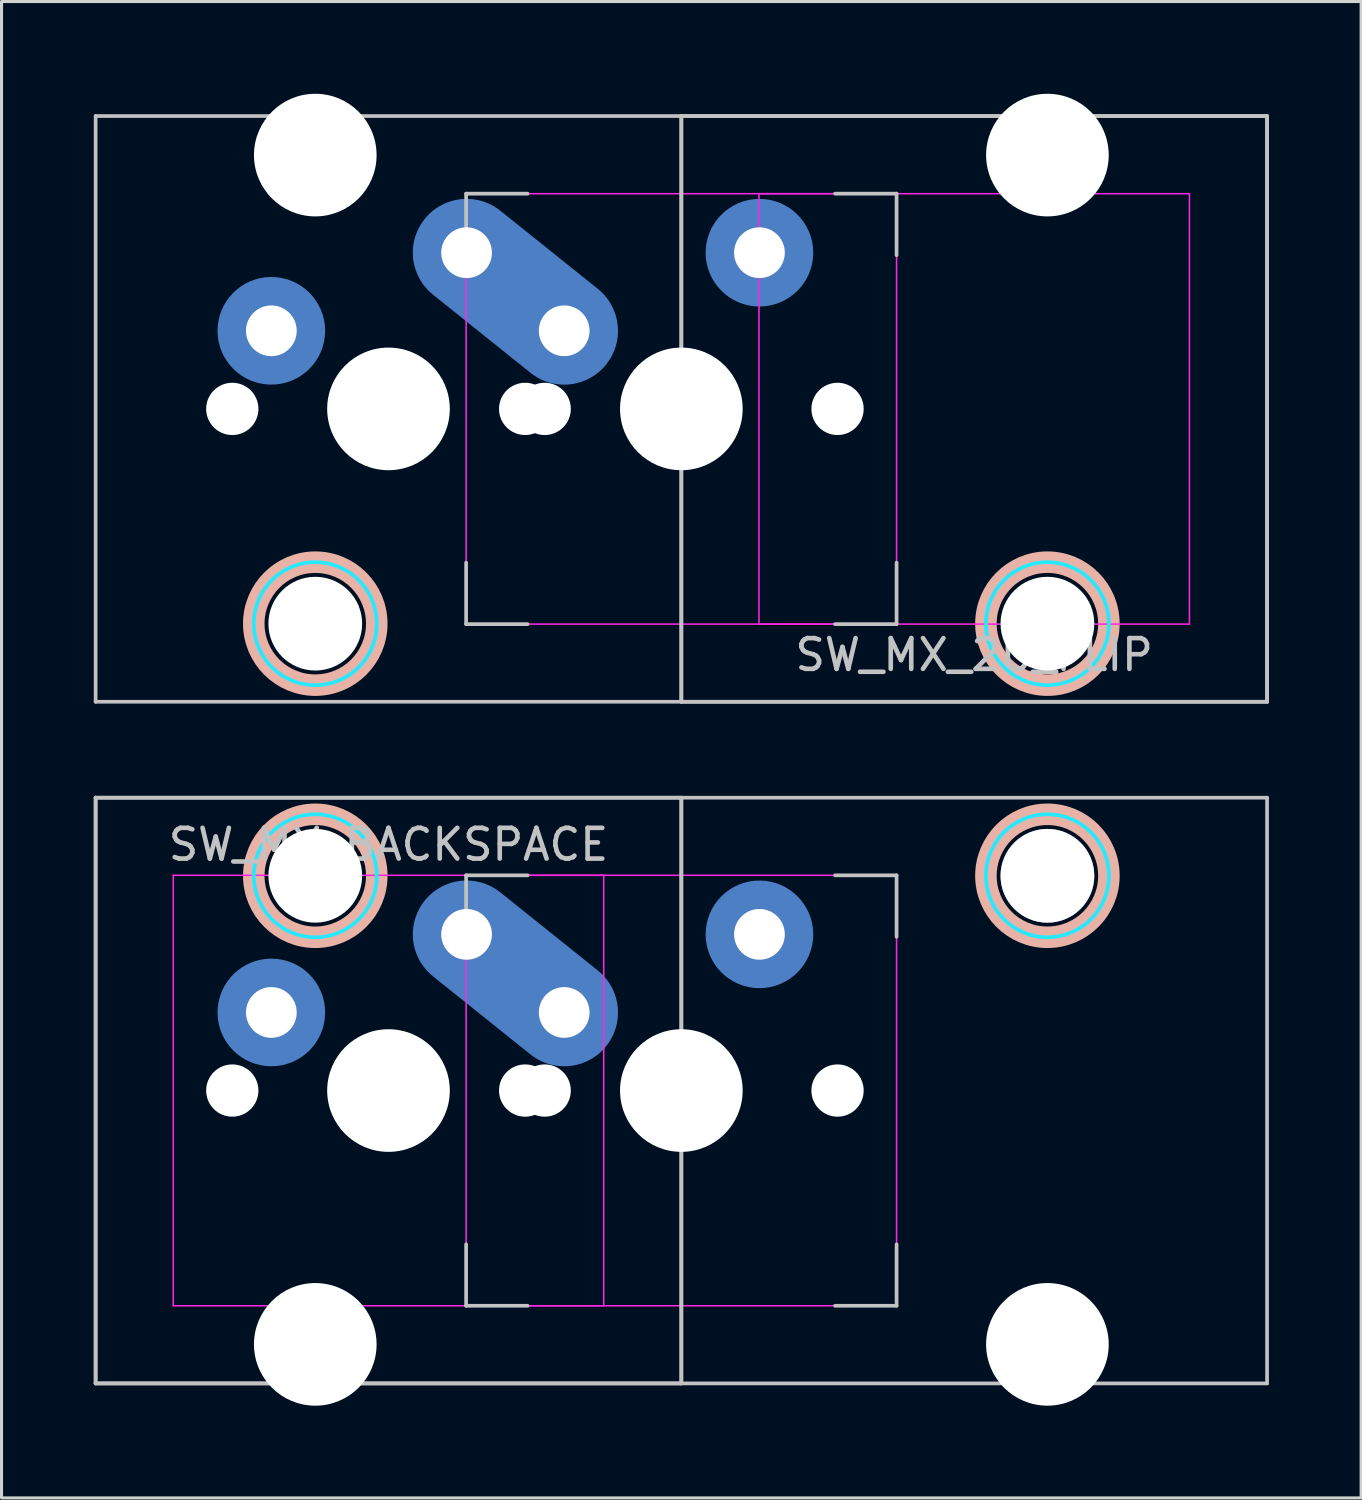
<source format=kicad_pcb>
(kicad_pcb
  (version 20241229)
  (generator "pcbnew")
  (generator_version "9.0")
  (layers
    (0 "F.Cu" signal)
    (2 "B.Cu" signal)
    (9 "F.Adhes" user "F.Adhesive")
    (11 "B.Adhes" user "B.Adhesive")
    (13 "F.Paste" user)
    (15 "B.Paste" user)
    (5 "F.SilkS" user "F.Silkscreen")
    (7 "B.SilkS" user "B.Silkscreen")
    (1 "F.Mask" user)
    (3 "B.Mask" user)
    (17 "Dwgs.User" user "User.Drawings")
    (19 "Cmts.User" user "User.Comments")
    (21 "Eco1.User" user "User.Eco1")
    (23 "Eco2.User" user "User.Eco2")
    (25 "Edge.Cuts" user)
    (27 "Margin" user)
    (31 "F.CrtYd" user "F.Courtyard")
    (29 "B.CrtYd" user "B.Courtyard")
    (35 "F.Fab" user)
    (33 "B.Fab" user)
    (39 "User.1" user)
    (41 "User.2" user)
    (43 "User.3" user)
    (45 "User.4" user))
  (footprint "SW_MX_BACKSPACE"
    (layer "F.Cu")
    (at 9.585 32.419)
    (property "Reference" "SW_MX_BACKSPACE" (at 0 -8 0) (layer "Dwgs.User") (effects (font (size 1 1) (thickness 0.15))))
    (attr through_hole exclude_from_pos_files exclude_from_bom)
    (fp_circle (center -2.381 -6.985) (end -0.381 -6.985) (stroke (width 0.7) (type solid)) (fill no) (layer "B.SilkS"))
    (fp_circle (center 21.431 -6.985) (end 23.431 -6.985) (stroke (width 0.7) (type solid)) (fill no) (layer "B.SilkS"))
    (fp_line (start -9.525 -9.525) (end -9.525 9.525) (stroke (width 0.12) (type solid)) (layer "Dwgs.User"))
    (fp_line (start -9.525 -9.525) (end -9.525 9.525) (stroke (width 0.12) (type solid)) (layer "Dwgs.User"))
    (fp_line (start -9.525 -9.525) (end 28.575 -9.525) (stroke (width 0.12) (type solid)) (layer "Dwgs.User"))
    (fp_line (start -9.525 9.525) (end 9.525 9.525) (stroke (width 0.12) (type solid)) (layer "Dwgs.User"))
    (fp_line (start -9.525 9.525) (end 28.575 9.525) (stroke (width 0.12) (type solid)) (layer "Dwgs.User"))
    (fp_line (start 2.525 -7) (end 4.525 -7) (stroke (width 0.12) (type solid)) (layer "Dwgs.User"))
    (fp_line (start 2.525 -5) (end 2.525 -7) (stroke (width 0.12) (type solid)) (layer "Dwgs.User"))
    (fp_line (start 2.525 7) (end 2.525 5) (stroke (width 0.12) (type solid)) (layer "Dwgs.User"))
    (fp_line (start 4.525 7) (end 2.525 7) (stroke (width 0.12) (type solid)) (layer "Dwgs.User"))
    (fp_line (start 9.525 -9.525) (end -9.525 -9.525) (stroke (width 0.12) (type solid)) (layer "Dwgs.User"))
    (fp_line (start 9.525 -9.525) (end 9.525 9.525) (stroke (width 0.12) (type solid)) (layer "Dwgs.User"))
    (fp_line (start 9.525 9.525) (end 9.525 -9.525) (stroke (width 0.12) (type solid)) (layer "Dwgs.User"))
    (fp_line (start 14.525 -7) (end 16.525 -7) (stroke (width 0.12) (type solid)) (layer "Dwgs.User"))
    (fp_line (start 14.525 7) (end 16.525 7) (stroke (width 0.12) (type solid)) (layer "Dwgs.User"))
    (fp_line (start 16.525 -7) (end 16.525 -5) (stroke (width 0.12) (type solid)) (layer "Dwgs.User"))
    (fp_line (start 16.525 7) (end 16.525 5) (stroke (width 0.12) (type solid)) (layer "Dwgs.User"))
    (fp_line (start 28.575 -9.525) (end 28.575 9.525) (stroke (width 0.12) (type solid)) (layer "Dwgs.User"))
    (fp_line (start -7 6.5) (end -7 -6.5) (stroke (width 0.05) (type solid)) (layer "Eco2.User"))
    (fp_line (start -6.5 -7) (end 6.5 -7) (stroke (width 0.05) (type solid)) (layer "Eco2.User"))
    (fp_line (start -5.756 -5.5) (end -5.756 7.5) (stroke (width 0.05) (type solid)) (layer "Eco2.User"))
    (fp_line (start -5.256 -6) (end 0.494 -6) (stroke (width 0.05) (type solid)) (layer "Eco2.User"))
    (fp_line (start -5.256 8) (end 0.494 8) (stroke (width 0.05) (type solid)) (layer "Eco2.User"))
    (fp_line (start 0.994 -5.5) (end 0.994 7.5) (stroke (width 0.05) (type solid)) (layer "Eco2.User"))
    (fp_line (start 2.525 6.5) (end 2.525 -6.5) (stroke (width 0.05) (type solid)) (layer "Eco2.User"))
    (fp_line (start 3.025 -7) (end 16.025 -7) (stroke (width 0.05) (type solid)) (layer "Eco2.User"))
    (fp_line (start 6.5 7) (end -6.5 7) (stroke (width 0.05) (type solid)) (layer "Eco2.User"))
    (fp_line (start 16.025 7) (end 3.025 7) (stroke (width 0.05) (type solid)) (layer "Eco2.User"))
    (fp_line (start 16.525 -6.5) (end 16.525 6.5) (stroke (width 0.05) (type solid)) (layer "Eco2.User"))
    (fp_line (start 18.056 -5.5) (end 18.056 7.5) (stroke (width 0.05) (type solid)) (layer "Eco2.User"))
    (fp_line (start 18.556 -6) (end 24.305 -6) (stroke (width 0.05) (type solid)) (layer "Eco2.User"))
    (fp_line (start 18.556 8) (end 24.306 8) (stroke (width 0.05) (type solid)) (layer "Eco2.User"))
    (fp_line (start 24.805 -5.5) (end 24.806 7.5) (stroke (width 0.05) (type solid)) (layer "Eco2.User"))
    (fp_arc (start -7 -6.5) (mid -6.853553 -6.853553) (end -6.5 -7) (stroke (width 0.05) (type solid)) (layer "Eco2.User"))
    (fp_arc (start -6.5 7) (mid -6.853553 6.853553) (end -7 6.5) (stroke (width 0.05) (type solid)) (layer "Eco2.User"))
    (fp_arc (start -5.75625 -5.499999) (mid -5.609803 -5.853552) (end -5.25625 -5.999999) (stroke (width 0.05) (type solid)) (layer "Eco2.User"))
    (fp_arc (start -5.25625 8.000001) (mid -5.609803 7.853554) (end -5.75625 7.500001) (stroke (width 0.05) (type solid)) (layer "Eco2.User"))
    (fp_arc (start 0.49375 -5.999999) (mid 0.847303 -5.853552) (end 0.99375 -5.499999) (stroke (width 0.05) (type solid)) (layer "Eco2.User"))
    (fp_arc (start 0.99375 7.500001) (mid 0.847303 7.853554) (end 0.49375 8.000001) (stroke (width 0.05) (type solid)) (layer "Eco2.User"))
    (fp_arc (start 2.525 -6.5) (mid 2.671447 -6.853553) (end 3.025 -7) (stroke (width 0.05) (type solid)) (layer "Eco2.User"))
    (fp_arc (start 3.025 7) (mid 2.671447 6.853553) (end 2.525 6.5) (stroke (width 0.05) (type solid)) (layer "Eco2.User"))
    (fp_arc (start 6.5 -7) (mid 6.853553 -6.853553) (end 7 -6.5) (stroke (width 0.05) (type solid)) (layer "Eco2.User"))
    (fp_arc (start 6.997236 6.498884) (mid 6.850789 6.852437) (end 6.497236 6.998884) (stroke (width 0.05) (type solid)) (layer "Eco2.User"))
    (fp_arc (start 16.025 -7) (mid 16.378553 -6.853553) (end 16.525 -6.5) (stroke (width 0.05) (type solid)) (layer "Eco2.User"))
    (fp_arc (start 16.522236 6.498884) (mid 16.375789 6.852437) (end 16.022236 6.998884) (stroke (width 0.05) (type solid)) (layer "Eco2.User"))
    (fp_arc (start 18.05625 -5.499999) (mid 18.202697 -5.853552) (end 18.55625 -5.999999) (stroke (width 0.05) (type solid)) (layer "Eco2.User"))
    (fp_arc (start 18.55625 8.000001) (mid 18.202697 7.853554) (end 18.05625 7.500001) (stroke (width 0.05) (type solid)) (layer "Eco2.User"))
    (fp_arc (start 24.305039 -5.999999) (mid 24.658592 -5.853552) (end 24.805039 -5.499999) (stroke (width 0.05) (type solid)) (layer "Eco2.User"))
    (fp_arc (start 24.80625 7.500001) (mid 24.659803 7.853554) (end 24.30625 8.000001) (stroke (width 0.05) (type solid)) (layer "Eco2.User"))
    (fp_circle (center -2.381 -6.985) (end -0.381 -6.985) (stroke (width 0.12) (type solid)) (fill no) (layer "B.CrtYd"))
    (fp_circle (center 21.431 -6.985) (end 23.431 -6.985) (stroke (width 0.12) (type solid)) (fill no) (layer "B.CrtYd"))
    (fp_line (start -7 -7) (end -7 7) (stroke (width 0.05) (type solid)) (layer "F.CrtYd"))
    (fp_line (start -7 7) (end 7 7) (stroke (width 0.05) (type solid)) (layer "F.CrtYd"))
    (fp_line (start 2.525 -7) (end 2.525 7) (stroke (width 0.05) (type solid)) (layer "F.CrtYd"))
    (fp_line (start 2.525 7) (end 16.525 7) (stroke (width 0.05) (type solid)) (layer "F.CrtYd"))
    (fp_line (start 7 -7) (end -7 -7) (stroke (width 0.05) (type solid)) (layer "F.CrtYd"))
    (fp_line (start 7 7) (end 7 -7) (stroke (width 0.05) (type solid)) (layer "F.CrtYd"))
    (fp_line (start 16.525 -7) (end 2.525 -7) (stroke (width 0.05) (type solid)) (layer "F.CrtYd"))
    (fp_line (start 16.525 7) (end 16.525 -7) (stroke (width 0.05) (type solid)) (layer "F.CrtYd"))
    (pad "" np_thru_hole circle (at -5.08 0) (size 1.7 1.7) (drill 1.7) (layers "*.Cu" "*.Mask"))
    (pad "" np_thru_hole circle (at -2.381 -6.985) (size 3.048 3.048) (drill 3.048) (layers "*.Cu" "*.Mask"))
    (pad "" np_thru_hole circle (at -2.381 8.255) (size 3.988 3.988) (drill 3.988) (layers "*.Cu" "*.Mask"))
    (pad "" np_thru_hole circle (at 0 0) (size 3.988 3.988) (drill 3.988) (layers "*.Cu" "*.Mask"))
    (pad "" np_thru_hole circle (at 4.445 0) (size 1.7 1.7) (drill 1.7) (layers "*.Cu" "*.Mask"))
    (pad "" np_thru_hole circle (at 5.08 0) (size 1.7 1.7) (drill 1.7) (layers "*.Cu" "*.Mask"))
    (pad "" np_thru_hole circle (at 9.525 0) (size 3.988 3.988) (drill 3.988) (layers "*.Cu" "*.Mask"))
    (pad "" np_thru_hole circle (at 14.605 0) (size 1.7 1.7) (drill 1.7) (layers "*.Cu" "*.Mask"))
    (pad "" thru_hole circle (at 21.431 -6.985) (size 3.048 3.048) (drill 3.048) (layers "*.Cu" "*.Mask"))
    (pad "" np_thru_hole circle (at 21.431 8.255) (size 3.988 3.988) (drill 3.988) (layers "*.Cu" "*.Mask"))
    (pad "1" thru_hole circle (at -3.81 -2.54) (size 2 2) (drill 1.65) (layers "*.Cu") (remove_unused_layers yes) (keep_end_layers yes) (zone_layer_connections))
    (pad "1" smd circle (at -3.81 -2.54) (size 2.5 2.5) (layers "B.Cu" "B.Mask"))
    (pad "1" smd circle (at -3.81 -2.54) (size 3.5 3.5) (layers "B.Cu"))
    (pad "1" thru_hole circle (at 12.065 -5.08) (size 2 2) (drill 1.65) (layers "*.Cu") (remove_unused_layers yes) (keep_end_layers yes) (zone_layer_connections))
    (pad "1" smd circle (at 12.065 -5.08 180) (size 2.5 2.5) (layers "B.Cu" "B.Mask"))
    (pad "1" smd circle (at 12.065 -5.08) (size 3.5 3.5) (layers "B.Cu"))
    (pad "2" thru_hole circle (at 2.54 -5.08) (size 2 2) (drill 1.65) (layers "*.Cu") (remove_unused_layers yes) (keep_end_layers yes) (zone_layer_connections))
    (pad "2" smd circle (at 2.54 -5.08) (size 2.5 2.5) (layers "B.Cu" "B.Mask"))
    (pad "2" smd oval (at 4.128 -3.81 321.3) (size 6.033 2) (layers "F.Cu"))
    (pad "2" smd oval (at 4.128 -3.81 321.3) (size 7.566 3.5) (layers "B.Cu"))
    (pad "2" thru_hole circle (at 5.715 -2.54) (size 2 2) (drill 1.65) (layers "*.Cu") (remove_unused_layers yes) (keep_end_layers yes) (zone_layer_connections))
    (pad "2" smd circle (at 5.715 -2.54 180) (size 2.5 2.5) (layers "B.Cu" "B.Mask")))
  (footprint "SW_MX_2U_FLIP"
    (layer "F.Cu")
    (at 9.585 10.249)
    (property "Reference" "SW_MX_2U_FLIP" (at 19.05 8 180) (layer "Dwgs.User") (effects (font (size 1 1) (thickness 0.15))))
    (attr through_hole exclude_from_pos_files exclude_from_bom)
    (fp_circle (center -2.381 6.985) (end -4.381 6.985) (stroke (width 0.7) (type solid)) (fill no) (layer "B.SilkS"))
    (fp_circle (center 21.431 6.985) (end 19.431 6.985) (stroke (width 0.7) (type solid)) (fill no) (layer "B.SilkS"))
    (fp_line (start -9.525 9.525) (end -9.525 -9.525) (stroke (width 0.12) (type solid)) (layer "Dwgs.User"))
    (fp_line (start 2.525 -7) (end 2.525 -5) (stroke (width 0.12) (type solid)) (layer "Dwgs.User"))
    (fp_line (start 2.525 7) (end 2.525 5) (stroke (width 0.12) (type solid)) (layer "Dwgs.User"))
    (fp_line (start 4.525 -7) (end 2.525 -7) (stroke (width 0.12) (type solid)) (layer "Dwgs.User"))
    (fp_line (start 4.525 7) (end 2.525 7) (stroke (width 0.12) (type solid)) (layer "Dwgs.User"))
    (fp_line (start 9.525 -9.525) (end 9.525 9.525) (stroke (width 0.12) (type solid)) (layer "Dwgs.User"))
    (fp_line (start 9.525 9.525) (end 9.525 -9.525) (stroke (width 0.12) (type solid)) (layer "Dwgs.User"))
    (fp_line (start 9.525 9.525) (end 28.575 9.525) (stroke (width 0.12) (type solid)) (layer "Dwgs.User"))
    (fp_line (start 14.525 -7) (end 16.525 -7) (stroke (width 0.12) (type solid)) (layer "Dwgs.User"))
    (fp_line (start 16.525 -7) (end 16.525 -5) (stroke (width 0.12) (type solid)) (layer "Dwgs.User"))
    (fp_line (start 16.525 5) (end 16.525 7) (stroke (width 0.12) (type solid)) (layer "Dwgs.User"))
    (fp_line (start 16.525 7) (end 14.525 7) (stroke (width 0.12) (type solid)) (layer "Dwgs.User"))
    (fp_line (start 28.575 -9.525) (end -9.525 -9.525) (stroke (width 0.12) (type solid)) (layer "Dwgs.User"))
    (fp_line (start 28.575 -9.525) (end 9.525 -9.525) (stroke (width 0.12) (type solid)) (layer "Dwgs.User"))
    (fp_line (start 28.575 9.525) (end -9.525 9.525) (stroke (width 0.12) (type solid)) (layer "Dwgs.User"))
    (fp_line (start 28.575 9.525) (end 28.575 -9.525) (stroke (width 0.12) (type solid)) (layer "Dwgs.User"))
    (fp_line (start 28.575 9.525) (end 28.575 -9.525) (stroke (width 0.12) (type solid)) (layer "Dwgs.User"))
    (fp_line (start -5.755 5.5) (end -5.756 -7.5) (stroke (width 0.05) (type solid)) (layer "Eco2.User"))
    (fp_line (start 0.494 -8) (end -5.256 -8) (stroke (width 0.05) (type solid)) (layer "Eco2.User"))
    (fp_line (start 0.494 6) (end -5.255 6) (stroke (width 0.05) (type solid)) (layer "Eco2.User"))
    (fp_line (start 0.994 5.5) (end 0.994 -7.5) (stroke (width 0.05) (type solid)) (layer "Eco2.User"))
    (fp_line (start 2.525 6.5) (end 2.525 -6.5) (stroke (width 0.05) (type solid)) (layer "Eco2.User"))
    (fp_line (start 3.025 -7) (end 16.025 -7) (stroke (width 0.05) (type solid)) (layer "Eco2.User"))
    (fp_line (start 12.55 -7) (end 25.55 -7) (stroke (width 0.05) (type solid)) (layer "Eco2.User"))
    (fp_line (start 16.025 7) (end 3.025 7) (stroke (width 0.05) (type solid)) (layer "Eco2.User"))
    (fp_line (start 16.525 -6.5) (end 16.525 6.5) (stroke (width 0.05) (type solid)) (layer "Eco2.User"))
    (fp_line (start 18.056 5.5) (end 18.056 -7.5) (stroke (width 0.05) (type solid)) (layer "Eco2.User"))
    (fp_line (start 24.306 -8) (end 18.556 -8) (stroke (width 0.05) (type solid)) (layer "Eco2.User"))
    (fp_line (start 24.306 6) (end 18.556 6) (stroke (width 0.05) (type solid)) (layer "Eco2.User"))
    (fp_line (start 24.806 5.5) (end 24.806 -7.5) (stroke (width 0.05) (type solid)) (layer "Eco2.User"))
    (fp_line (start 25.55 7) (end 12.55 7) (stroke (width 0.05) (type solid)) (layer "Eco2.User"))
    (fp_line (start 26.05 -6.5) (end 26.05 6.5) (stroke (width 0.05) (type solid)) (layer "Eco2.User"))
    (fp_arc (start -5.75625 -7.500001) (mid -5.609806 -7.853571) (end -5.25625 -8.000001) (stroke (width 0.05) (type solid)) (layer "Eco2.User"))
    (fp_arc (start -5.255039 5.999999) (mid -5.608567 5.853539) (end -5.755039 5.499999) (stroke (width 0.05) (type solid)) (layer "Eco2.User"))
    (fp_arc (start 0.49375 -8.000001) (mid 0.847271 -7.853537) (end 0.99375 -7.500001) (stroke (width 0.05) (type solid)) (layer "Eco2.User"))
    (fp_arc (start 0.99375 5.499999) (mid 0.847307 5.853571) (end 0.49375 5.999999) (stroke (width 0.05) (type solid)) (layer "Eco2.User"))
    (fp_arc (start 2.527764 -6.498884) (mid 2.674203 -6.85246) (end 3.027764 -6.998884) (stroke (width 0.05) (type solid)) (layer "Eco2.User"))
    (fp_arc (start 3.025 7) (mid 2.671447 6.853553) (end 2.525 6.5) (stroke (width 0.05) (type solid)) (layer "Eco2.User"))
    (fp_arc (start 12.052764 -6.498884) (mid 12.199203 -6.85246) (end 12.552764 -6.998884) (stroke (width 0.05) (type solid)) (layer "Eco2.User"))
    (fp_arc (start 12.55 7) (mid 12.196447 6.853553) (end 12.05 6.5) (stroke (width 0.05) (type solid)) (layer "Eco2.User"))
    (fp_arc (start 16.025 -7) (mid 16.378553 -6.853553) (end 16.525 -6.5) (stroke (width 0.05) (type solid)) (layer "Eco2.User"))
    (fp_arc (start 16.525 6.5) (mid 16.378553 6.853553) (end 16.025 7) (stroke (width 0.05) (type solid)) (layer "Eco2.User"))
    (fp_arc (start 18.05625 -7.500001) (mid 18.202697 -7.853554) (end 18.55625 -8.000001) (stroke (width 0.05) (type solid)) (layer "Eco2.User"))
    (fp_arc (start 18.55625 5.999999) (mid 18.202697 5.853552) (end 18.05625 5.499999) (stroke (width 0.05) (type solid)) (layer "Eco2.User"))
    (fp_arc (start 24.30625 -8.000001) (mid 24.659803 -7.853554) (end 24.80625 -7.500001) (stroke (width 0.05) (type solid)) (layer "Eco2.User"))
    (fp_arc (start 24.80625 5.499999) (mid 24.659803 5.853552) (end 24.30625 5.999999) (stroke (width 0.05) (type solid)) (layer "Eco2.User"))
    (fp_arc (start 25.55 -7) (mid 25.903553 -6.853553) (end 26.05 -6.5) (stroke (width 0.05) (type solid)) (layer "Eco2.User"))
    (fp_arc (start 26.05 6.5) (mid 25.903553 6.853553) (end 25.55 7) (stroke (width 0.05) (type solid)) (layer "Eco2.User"))
    (fp_circle (center -2.381 6.985) (end -4.381 6.985) (stroke (width 0.12) (type solid)) (fill no) (layer "B.CrtYd"))
    (fp_circle (center 21.431 6.985) (end 19.431 6.985) (stroke (width 0.12) (type solid)) (fill no) (layer "B.CrtYd"))
    (fp_line (start 2.525 -7) (end 2.525 7) (stroke (width 0.05) (type solid)) (layer "F.CrtYd"))
    (fp_line (start 2.525 7) (end 16.525 7) (stroke (width 0.05) (type solid)) (layer "F.CrtYd"))
    (fp_line (start 12.05 -7) (end 12.05 7) (stroke (width 0.05) (type solid)) (layer "F.CrtYd"))
    (fp_line (start 12.05 7) (end 26.05 7) (stroke (width 0.05) (type solid)) (layer "F.CrtYd"))
    (fp_line (start 16.525 -7) (end 2.525 -7) (stroke (width 0.05) (type solid)) (layer "F.CrtYd"))
    (fp_line (start 16.525 7) (end 16.525 -7) (stroke (width 0.05) (type solid)) (layer "F.CrtYd"))
    (fp_line (start 26.05 -7) (end 12.05 -7) (stroke (width 0.05) (type solid)) (layer "F.CrtYd"))
    (fp_line (start 26.05 7) (end 26.05 -7) (stroke (width 0.05) (type solid)) (layer "F.CrtYd"))
    (pad "" np_thru_hole circle (at -5.08 0) (size 1.7 1.7) (drill 1.7) (layers "*.Cu" "*.Mask"))
    (pad "" np_thru_hole circle (at -2.381 -8.255 180) (size 3.988 3.988) (drill 3.988) (layers "*.Cu" "*.Mask"))
    (pad "" np_thru_hole circle (at -2.381 6.985 180) (size 3.048 3.048) (drill 3.048) (layers "*.Cu" "*.Mask"))
    (pad "" np_thru_hole circle (at 0 0) (size 3.988 3.988) (drill 3.988) (layers "*.Cu" "*.Mask"))
    (pad "" np_thru_hole circle (at 4.445 0) (size 1.7 1.7) (drill 1.7) (layers "*.Cu" "*.Mask"))
    (pad "" np_thru_hole circle (at 5.08 0) (size 1.7 1.7) (drill 1.7) (layers "*.Cu" "*.Mask"))
    (pad "" np_thru_hole circle (at 9.525 0) (size 3.988 3.988) (drill 3.988) (layers "*.Cu" "*.Mask"))
    (pad "" np_thru_hole circle (at 14.605 0) (size 1.7 1.7) (drill 1.7) (layers "*.Cu" "*.Mask"))
    (pad "" np_thru_hole circle (at 21.431 -8.255 180) (size 3.988 3.988) (drill 3.988) (layers "*.Cu" "*.Mask"))
    (pad "" np_thru_hole circle (at 21.431 6.985 180) (size 3.048 3.048) (drill 3.048) (layers "*.Cu" "*.Mask"))
    (pad "1" thru_hole circle (at -3.81 -2.54) (size 2 2) (drill 1.65) (layers "*.Cu") (remove_unused_layers yes) (keep_end_layers yes) (zone_layer_connections))
    (pad "1" smd circle (at -3.81 -2.54) (size 2.5 2.5) (layers "B.Cu" "B.Mask"))
    (pad "1" smd circle (at -3.81 -2.54) (size 3.5 3.5) (layers "B.Cu"))
    (pad "1" thru_hole circle (at 12.065 -5.08) (size 2 2) (drill 1.65) (layers "*.Cu") (remove_unused_layers yes) (keep_end_layers yes) (zone_layer_connections))
    (pad "1" smd circle (at 12.065 -5.08 180) (size 2.5 2.5) (layers "B.Cu" "B.Mask"))
    (pad "1" smd circle (at 12.065 -5.08) (size 3.5 3.5) (layers "B.Cu"))
    (pad "2" thru_hole circle (at 2.54 -5.08) (size 2 2) (drill 1.65) (layers "*.Cu") (remove_unused_layers yes) (keep_end_layers yes) (zone_layer_connections))
    (pad "2" smd circle (at 2.54 -5.08) (size 2.5 2.5) (layers "B.Cu" "B.Mask"))
    (pad "2" smd oval (at 4.128 -3.81 321.3) (size 6.033 2) (layers "F.Cu"))
    (pad "2" smd oval (at 4.128 -3.81 321.3) (size 7.566 3.5) (layers "B.Cu"))
    (pad "2" thru_hole circle (at 5.715 -2.54) (size 2 2) (drill 1.65) (layers "*.Cu") (remove_unused_layers yes) (keep_end_layers yes) (zone_layer_connections))
    (pad "2" smd circle (at 5.715 -2.54 180) (size 2.5 2.5) (layers "B.Cu" "B.Mask")))
  (gr_rect
    (start -3 -3)
    (end 41.22 45.668)
    (stroke (width 0.1) (type default))
    (fill no)
    (layer "Edge.Cuts")))
</source>
